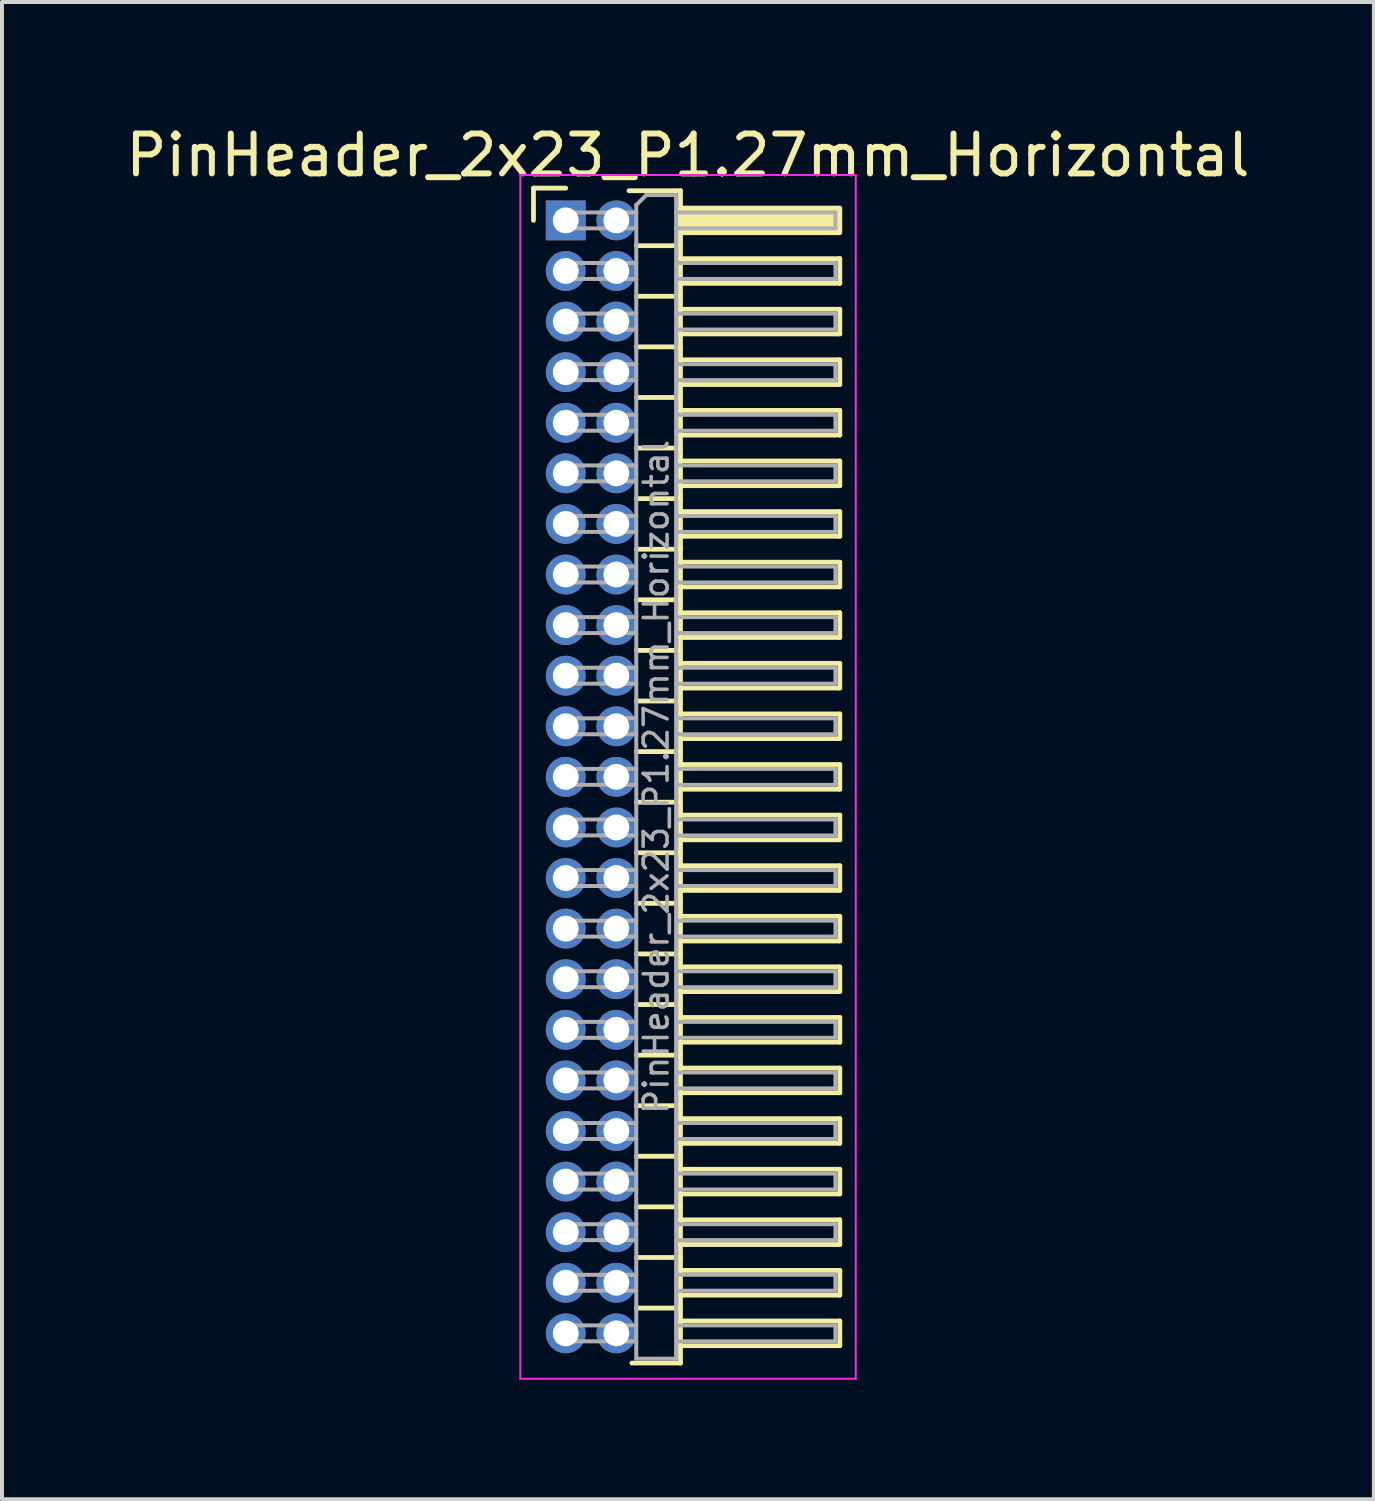
<source format=kicad_pcb>
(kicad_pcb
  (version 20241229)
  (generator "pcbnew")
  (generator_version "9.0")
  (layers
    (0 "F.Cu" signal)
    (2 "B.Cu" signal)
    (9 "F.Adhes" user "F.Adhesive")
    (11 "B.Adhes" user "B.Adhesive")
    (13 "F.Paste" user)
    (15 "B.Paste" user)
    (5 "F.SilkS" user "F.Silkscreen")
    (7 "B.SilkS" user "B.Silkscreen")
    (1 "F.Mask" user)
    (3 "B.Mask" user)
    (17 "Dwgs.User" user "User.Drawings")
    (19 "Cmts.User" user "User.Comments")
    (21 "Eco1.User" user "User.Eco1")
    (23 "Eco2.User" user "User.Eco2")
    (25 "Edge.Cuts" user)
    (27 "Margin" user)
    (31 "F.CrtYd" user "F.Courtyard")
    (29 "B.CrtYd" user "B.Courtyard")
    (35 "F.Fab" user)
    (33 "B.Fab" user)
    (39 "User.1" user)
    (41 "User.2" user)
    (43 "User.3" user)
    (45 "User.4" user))
  (footprint "PinHeader_2x23_P1.27mm_Horizontal"
    (layer "F.Cu")
    (at 11.153 2.483)
    (property "Reference" "PinHeader_2x23_P1.27mm_Horizontal" (at 3.067 -1.635 0) (layer "F.SilkS") (effects (font (size 1 1) (thickness 0.15))))
    (attr through_hole)
    (fp_line (start -0.81 -0.81) (end 0 -0.81) (stroke (width 0.12) (type solid)) (layer "F.SilkS"))
    (fp_line (start -0.81 0) (end -0.81 -0.81) (stroke (width 0.12) (type solid)) (layer "F.SilkS"))
    (fp_line (start 1.588 -0.745) (end 2.88 -0.745) (stroke (width 0.12) (type solid)) (layer "F.SilkS"))
    (fp_line (start 1.773 0.635) (end 2.88 0.635) (stroke (width 0.12) (type solid)) (layer "F.SilkS"))
    (fp_line (start 1.773 1.905) (end 2.88 1.905) (stroke (width 0.12) (type solid)) (layer "F.SilkS"))
    (fp_line (start 1.773 3.175) (end 2.88 3.175) (stroke (width 0.12) (type solid)) (layer "F.SilkS"))
    (fp_line (start 1.773 4.445) (end 2.88 4.445) (stroke (width 0.12) (type solid)) (layer "F.SilkS"))
    (fp_line (start 1.773 5.715) (end 2.88 5.715) (stroke (width 0.12) (type solid)) (layer "F.SilkS"))
    (fp_line (start 1.773 6.985) (end 2.88 6.985) (stroke (width 0.12) (type solid)) (layer "F.SilkS"))
    (fp_line (start 1.773 8.255) (end 2.88 8.255) (stroke (width 0.12) (type solid)) (layer "F.SilkS"))
    (fp_line (start 1.773 9.525) (end 2.88 9.525) (stroke (width 0.12) (type solid)) (layer "F.SilkS"))
    (fp_line (start 1.773 10.795) (end 2.88 10.795) (stroke (width 0.12) (type solid)) (layer "F.SilkS"))
    (fp_line (start 1.773 12.065) (end 2.88 12.065) (stroke (width 0.12) (type solid)) (layer "F.SilkS"))
    (fp_line (start 1.773 13.335) (end 2.88 13.335) (stroke (width 0.12) (type solid)) (layer "F.SilkS"))
    (fp_line (start 1.773 14.605) (end 2.88 14.605) (stroke (width 0.12) (type solid)) (layer "F.SilkS"))
    (fp_line (start 1.773 15.875) (end 2.88 15.875) (stroke (width 0.12) (type solid)) (layer "F.SilkS"))
    (fp_line (start 1.773 17.145) (end 2.88 17.145) (stroke (width 0.12) (type solid)) (layer "F.SilkS"))
    (fp_line (start 1.773 18.415) (end 2.88 18.415) (stroke (width 0.12) (type solid)) (layer "F.SilkS"))
    (fp_line (start 1.773 19.685) (end 2.88 19.685) (stroke (width 0.12) (type solid)) (layer "F.SilkS"))
    (fp_line (start 1.773 20.955) (end 2.88 20.955) (stroke (width 0.12) (type solid)) (layer "F.SilkS"))
    (fp_line (start 1.773 22.225) (end 2.88 22.225) (stroke (width 0.12) (type solid)) (layer "F.SilkS"))
    (fp_line (start 1.773 23.495) (end 2.88 23.495) (stroke (width 0.12) (type solid)) (layer "F.SilkS"))
    (fp_line (start 1.773 24.765) (end 2.88 24.765) (stroke (width 0.12) (type solid)) (layer "F.SilkS"))
    (fp_line (start 1.773 26.035) (end 2.88 26.035) (stroke (width 0.12) (type solid)) (layer "F.SilkS"))
    (fp_line (start 1.773 27.305) (end 2.88 27.305) (stroke (width 0.12) (type solid)) (layer "F.SilkS"))
    (fp_line (start 2.88 -0.745) (end 2.88 28.685) (stroke (width 0.12) (type solid)) (layer "F.SilkS"))
    (fp_line (start 2.88 0.96) (end 6.88 0.96) (stroke (width 0.12) (type solid)) (layer "F.SilkS"))
    (fp_line (start 2.88 2.23) (end 6.88 2.23) (stroke (width 0.12) (type solid)) (layer "F.SilkS"))
    (fp_line (start 2.88 3.5) (end 6.88 3.5) (stroke (width 0.12) (type solid)) (layer "F.SilkS"))
    (fp_line (start 2.88 4.77) (end 6.88 4.77) (stroke (width 0.12) (type solid)) (layer "F.SilkS"))
    (fp_line (start 2.88 6.04) (end 6.88 6.04) (stroke (width 0.12) (type solid)) (layer "F.SilkS"))
    (fp_line (start 2.88 7.31) (end 6.88 7.31) (stroke (width 0.12) (type solid)) (layer "F.SilkS"))
    (fp_line (start 2.88 8.58) (end 6.88 8.58) (stroke (width 0.12) (type solid)) (layer "F.SilkS"))
    (fp_line (start 2.88 9.85) (end 6.88 9.85) (stroke (width 0.12) (type solid)) (layer "F.SilkS"))
    (fp_line (start 2.88 11.12) (end 6.88 11.12) (stroke (width 0.12) (type solid)) (layer "F.SilkS"))
    (fp_line (start 2.88 12.39) (end 6.88 12.39) (stroke (width 0.12) (type solid)) (layer "F.SilkS"))
    (fp_line (start 2.88 13.66) (end 6.88 13.66) (stroke (width 0.12) (type solid)) (layer "F.SilkS"))
    (fp_line (start 2.88 14.93) (end 6.88 14.93) (stroke (width 0.12) (type solid)) (layer "F.SilkS"))
    (fp_line (start 2.88 16.2) (end 6.88 16.2) (stroke (width 0.12) (type solid)) (layer "F.SilkS"))
    (fp_line (start 2.88 17.47) (end 6.88 17.47) (stroke (width 0.12) (type solid)) (layer "F.SilkS"))
    (fp_line (start 2.88 18.74) (end 6.88 18.74) (stroke (width 0.12) (type solid)) (layer "F.SilkS"))
    (fp_line (start 2.88 20.01) (end 6.88 20.01) (stroke (width 0.12) (type solid)) (layer "F.SilkS"))
    (fp_line (start 2.88 21.28) (end 6.88 21.28) (stroke (width 0.12) (type solid)) (layer "F.SilkS"))
    (fp_line (start 2.88 22.55) (end 6.88 22.55) (stroke (width 0.12) (type solid)) (layer "F.SilkS"))
    (fp_line (start 2.88 23.82) (end 6.88 23.82) (stroke (width 0.12) (type solid)) (layer "F.SilkS"))
    (fp_line (start 2.88 25.09) (end 6.88 25.09) (stroke (width 0.12) (type solid)) (layer "F.SilkS"))
    (fp_line (start 2.88 26.36) (end 6.88 26.36) (stroke (width 0.12) (type solid)) (layer "F.SilkS"))
    (fp_line (start 2.88 27.63) (end 6.88 27.63) (stroke (width 0.12) (type solid)) (layer "F.SilkS"))
    (fp_line (start 2.88 28.685) (end 1.66 28.685) (stroke (width 0.12) (type solid)) (layer "F.SilkS"))
    (fp_line (start 6.88 0.96) (end 6.88 1.58) (stroke (width 0.12) (type solid)) (layer "F.SilkS"))
    (fp_line (start 6.88 1.58) (end 2.88 1.58) (stroke (width 0.12) (type solid)) (layer "F.SilkS"))
    (fp_line (start 6.88 2.23) (end 6.88 2.85) (stroke (width 0.12) (type solid)) (layer "F.SilkS"))
    (fp_line (start 6.88 2.85) (end 2.88 2.85) (stroke (width 0.12) (type solid)) (layer "F.SilkS"))
    (fp_line (start 6.88 3.5) (end 6.88 4.12) (stroke (width 0.12) (type solid)) (layer "F.SilkS"))
    (fp_line (start 6.88 4.12) (end 2.88 4.12) (stroke (width 0.12) (type solid)) (layer "F.SilkS"))
    (fp_line (start 6.88 4.77) (end 6.88 5.39) (stroke (width 0.12) (type solid)) (layer "F.SilkS"))
    (fp_line (start 6.88 5.39) (end 2.88 5.39) (stroke (width 0.12) (type solid)) (layer "F.SilkS"))
    (fp_line (start 6.88 6.04) (end 6.88 6.66) (stroke (width 0.12) (type solid)) (layer "F.SilkS"))
    (fp_line (start 6.88 6.66) (end 2.88 6.66) (stroke (width 0.12) (type solid)) (layer "F.SilkS"))
    (fp_line (start 6.88 7.31) (end 6.88 7.93) (stroke (width 0.12) (type solid)) (layer "F.SilkS"))
    (fp_line (start 6.88 7.93) (end 2.88 7.93) (stroke (width 0.12) (type solid)) (layer "F.SilkS"))
    (fp_line (start 6.88 8.58) (end 6.88 9.2) (stroke (width 0.12) (type solid)) (layer "F.SilkS"))
    (fp_line (start 6.88 9.2) (end 2.88 9.2) (stroke (width 0.12) (type solid)) (layer "F.SilkS"))
    (fp_line (start 6.88 9.85) (end 6.88 10.47) (stroke (width 0.12) (type solid)) (layer "F.SilkS"))
    (fp_line (start 6.88 10.47) (end 2.88 10.47) (stroke (width 0.12) (type solid)) (layer "F.SilkS"))
    (fp_line (start 6.88 11.12) (end 6.88 11.74) (stroke (width 0.12) (type solid)) (layer "F.SilkS"))
    (fp_line (start 6.88 11.74) (end 2.88 11.74) (stroke (width 0.12) (type solid)) (layer "F.SilkS"))
    (fp_line (start 6.88 12.39) (end 6.88 13.01) (stroke (width 0.12) (type solid)) (layer "F.SilkS"))
    (fp_line (start 6.88 13.01) (end 2.88 13.01) (stroke (width 0.12) (type solid)) (layer "F.SilkS"))
    (fp_line (start 6.88 13.66) (end 6.88 14.28) (stroke (width 0.12) (type solid)) (layer "F.SilkS"))
    (fp_line (start 6.88 14.28) (end 2.88 14.28) (stroke (width 0.12) (type solid)) (layer "F.SilkS"))
    (fp_line (start 6.88 14.93) (end 6.88 15.55) (stroke (width 0.12) (type solid)) (layer "F.SilkS"))
    (fp_line (start 6.88 15.55) (end 2.88 15.55) (stroke (width 0.12) (type solid)) (layer "F.SilkS"))
    (fp_line (start 6.88 16.2) (end 6.88 16.82) (stroke (width 0.12) (type solid)) (layer "F.SilkS"))
    (fp_line (start 6.88 16.82) (end 2.88 16.82) (stroke (width 0.12) (type solid)) (layer "F.SilkS"))
    (fp_line (start 6.88 17.47) (end 6.88 18.09) (stroke (width 0.12) (type solid)) (layer "F.SilkS"))
    (fp_line (start 6.88 18.09) (end 2.88 18.09) (stroke (width 0.12) (type solid)) (layer "F.SilkS"))
    (fp_line (start 6.88 18.74) (end 6.88 19.36) (stroke (width 0.12) (type solid)) (layer "F.SilkS"))
    (fp_line (start 6.88 19.36) (end 2.88 19.36) (stroke (width 0.12) (type solid)) (layer "F.SilkS"))
    (fp_line (start 6.88 20.01) (end 6.88 20.63) (stroke (width 0.12) (type solid)) (layer "F.SilkS"))
    (fp_line (start 6.88 20.63) (end 2.88 20.63) (stroke (width 0.12) (type solid)) (layer "F.SilkS"))
    (fp_line (start 6.88 21.28) (end 6.88 21.9) (stroke (width 0.12) (type solid)) (layer "F.SilkS"))
    (fp_line (start 6.88 21.9) (end 2.88 21.9) (stroke (width 0.12) (type solid)) (layer "F.SilkS"))
    (fp_line (start 6.88 22.55) (end 6.88 23.17) (stroke (width 0.12) (type solid)) (layer "F.SilkS"))
    (fp_line (start 6.88 23.17) (end 2.88 23.17) (stroke (width 0.12) (type solid)) (layer "F.SilkS"))
    (fp_line (start 6.88 23.82) (end 6.88 24.44) (stroke (width 0.12) (type solid)) (layer "F.SilkS"))
    (fp_line (start 6.88 24.44) (end 2.88 24.44) (stroke (width 0.12) (type solid)) (layer "F.SilkS"))
    (fp_line (start 6.88 25.09) (end 6.88 25.71) (stroke (width 0.12) (type solid)) (layer "F.SilkS"))
    (fp_line (start 6.88 25.71) (end 2.88 25.71) (stroke (width 0.12) (type solid)) (layer "F.SilkS"))
    (fp_line (start 6.88 26.36) (end 6.88 26.98) (stroke (width 0.12) (type solid)) (layer "F.SilkS"))
    (fp_line (start 6.88 26.98) (end 2.88 26.98) (stroke (width 0.12) (type solid)) (layer "F.SilkS"))
    (fp_line (start 6.88 27.63) (end 6.88 28.25) (stroke (width 0.12) (type solid)) (layer "F.SilkS"))
    (fp_line (start 6.88 28.25) (end 2.88 28.25) (stroke (width 0.12) (type solid)) (layer "F.SilkS"))
    (fp_rect (start 2.88 -0.31) (end 6.88 0.31) (stroke (width 0.12) (type solid)) (fill yes) (layer "F.SilkS"))
    (fp_line (start -1.14 -1.14) (end -1.14 29.08) (stroke (width 0.05) (type solid)) (layer "F.CrtYd"))
    (fp_line (start -1.14 29.08) (end 7.28 29.08) (stroke (width 0.05) (type solid)) (layer "F.CrtYd"))
    (fp_line (start 7.28 -1.14) (end -1.14 -1.14) (stroke (width 0.05) (type solid)) (layer "F.CrtYd"))
    (fp_line (start 7.28 29.08) (end 7.28 -1.14) (stroke (width 0.05) (type solid)) (layer "F.CrtYd"))
    (fp_line (start -0.2 -0.2) (end -0.2 0.2) (stroke (width 0.1) (type solid)) (layer "F.Fab"))
    (fp_line (start -0.2 -0.2) (end 1.77 -0.2) (stroke (width 0.1) (type solid)) (layer "F.Fab"))
    (fp_line (start -0.2 0.2) (end 1.77 0.2) (stroke (width 0.1) (type solid)) (layer "F.Fab"))
    (fp_line (start -0.2 1.07) (end -0.2 1.47) (stroke (width 0.1) (type solid)) (layer "F.Fab"))
    (fp_line (start -0.2 1.07) (end 1.77 1.07) (stroke (width 0.1) (type solid)) (layer "F.Fab"))
    (fp_line (start -0.2 1.47) (end 1.77 1.47) (stroke (width 0.1) (type solid)) (layer "F.Fab"))
    (fp_line (start -0.2 2.34) (end -0.2 2.74) (stroke (width 0.1) (type solid)) (layer "F.Fab"))
    (fp_line (start -0.2 2.34) (end 1.77 2.34) (stroke (width 0.1) (type solid)) (layer "F.Fab"))
    (fp_line (start -0.2 2.74) (end 1.77 2.74) (stroke (width 0.1) (type solid)) (layer "F.Fab"))
    (fp_line (start -0.2 3.61) (end -0.2 4.01) (stroke (width 0.1) (type solid)) (layer "F.Fab"))
    (fp_line (start -0.2 3.61) (end 1.77 3.61) (stroke (width 0.1) (type solid)) (layer "F.Fab"))
    (fp_line (start -0.2 4.01) (end 1.77 4.01) (stroke (width 0.1) (type solid)) (layer "F.Fab"))
    (fp_line (start -0.2 4.88) (end -0.2 5.28) (stroke (width 0.1) (type solid)) (layer "F.Fab"))
    (fp_line (start -0.2 4.88) (end 1.77 4.88) (stroke (width 0.1) (type solid)) (layer "F.Fab"))
    (fp_line (start -0.2 5.28) (end 1.77 5.28) (stroke (width 0.1) (type solid)) (layer "F.Fab"))
    (fp_line (start -0.2 6.15) (end -0.2 6.55) (stroke (width 0.1) (type solid)) (layer "F.Fab"))
    (fp_line (start -0.2 6.15) (end 1.77 6.15) (stroke (width 0.1) (type solid)) (layer "F.Fab"))
    (fp_line (start -0.2 6.55) (end 1.77 6.55) (stroke (width 0.1) (type solid)) (layer "F.Fab"))
    (fp_line (start -0.2 7.42) (end -0.2 7.82) (stroke (width 0.1) (type solid)) (layer "F.Fab"))
    (fp_line (start -0.2 7.42) (end 1.77 7.42) (stroke (width 0.1) (type solid)) (layer "F.Fab"))
    (fp_line (start -0.2 7.82) (end 1.77 7.82) (stroke (width 0.1) (type solid)) (layer "F.Fab"))
    (fp_line (start -0.2 8.69) (end -0.2 9.09) (stroke (width 0.1) (type solid)) (layer "F.Fab"))
    (fp_line (start -0.2 8.69) (end 1.77 8.69) (stroke (width 0.1) (type solid)) (layer "F.Fab"))
    (fp_line (start -0.2 9.09) (end 1.77 9.09) (stroke (width 0.1) (type solid)) (layer "F.Fab"))
    (fp_line (start -0.2 9.96) (end -0.2 10.36) (stroke (width 0.1) (type solid)) (layer "F.Fab"))
    (fp_line (start -0.2 9.96) (end 1.77 9.96) (stroke (width 0.1) (type solid)) (layer "F.Fab"))
    (fp_line (start -0.2 10.36) (end 1.77 10.36) (stroke (width 0.1) (type solid)) (layer "F.Fab"))
    (fp_line (start -0.2 11.23) (end -0.2 11.63) (stroke (width 0.1) (type solid)) (layer "F.Fab"))
    (fp_line (start -0.2 11.23) (end 1.77 11.23) (stroke (width 0.1) (type solid)) (layer "F.Fab"))
    (fp_line (start -0.2 11.63) (end 1.77 11.63) (stroke (width 0.1) (type solid)) (layer "F.Fab"))
    (fp_line (start -0.2 12.5) (end -0.2 12.9) (stroke (width 0.1) (type solid)) (layer "F.Fab"))
    (fp_line (start -0.2 12.5) (end 1.77 12.5) (stroke (width 0.1) (type solid)) (layer "F.Fab"))
    (fp_line (start -0.2 12.9) (end 1.77 12.9) (stroke (width 0.1) (type solid)) (layer "F.Fab"))
    (fp_line (start -0.2 13.77) (end -0.2 14.17) (stroke (width 0.1) (type solid)) (layer "F.Fab"))
    (fp_line (start -0.2 13.77) (end 1.77 13.77) (stroke (width 0.1) (type solid)) (layer "F.Fab"))
    (fp_line (start -0.2 14.17) (end 1.77 14.17) (stroke (width 0.1) (type solid)) (layer "F.Fab"))
    (fp_line (start -0.2 15.04) (end -0.2 15.44) (stroke (width 0.1) (type solid)) (layer "F.Fab"))
    (fp_line (start -0.2 15.04) (end 1.77 15.04) (stroke (width 0.1) (type solid)) (layer "F.Fab"))
    (fp_line (start -0.2 15.44) (end 1.77 15.44) (stroke (width 0.1) (type solid)) (layer "F.Fab"))
    (fp_line (start -0.2 16.31) (end -0.2 16.71) (stroke (width 0.1) (type solid)) (layer "F.Fab"))
    (fp_line (start -0.2 16.31) (end 1.77 16.31) (stroke (width 0.1) (type solid)) (layer "F.Fab"))
    (fp_line (start -0.2 16.71) (end 1.77 16.71) (stroke (width 0.1) (type solid)) (layer "F.Fab"))
    (fp_line (start -0.2 17.58) (end -0.2 17.98) (stroke (width 0.1) (type solid)) (layer "F.Fab"))
    (fp_line (start -0.2 17.58) (end 1.77 17.58) (stroke (width 0.1) (type solid)) (layer "F.Fab"))
    (fp_line (start -0.2 17.98) (end 1.77 17.98) (stroke (width 0.1) (type solid)) (layer "F.Fab"))
    (fp_line (start -0.2 18.85) (end -0.2 19.25) (stroke (width 0.1) (type solid)) (layer "F.Fab"))
    (fp_line (start -0.2 18.85) (end 1.77 18.85) (stroke (width 0.1) (type solid)) (layer "F.Fab"))
    (fp_line (start -0.2 19.25) (end 1.77 19.25) (stroke (width 0.1) (type solid)) (layer "F.Fab"))
    (fp_line (start -0.2 20.12) (end -0.2 20.52) (stroke (width 0.1) (type solid)) (layer "F.Fab"))
    (fp_line (start -0.2 20.12) (end 1.77 20.12) (stroke (width 0.1) (type solid)) (layer "F.Fab"))
    (fp_line (start -0.2 20.52) (end 1.77 20.52) (stroke (width 0.1) (type solid)) (layer "F.Fab"))
    (fp_line (start -0.2 21.39) (end -0.2 21.79) (stroke (width 0.1) (type solid)) (layer "F.Fab"))
    (fp_line (start -0.2 21.39) (end 1.77 21.39) (stroke (width 0.1) (type solid)) (layer "F.Fab"))
    (fp_line (start -0.2 21.79) (end 1.77 21.79) (stroke (width 0.1) (type solid)) (layer "F.Fab"))
    (fp_line (start -0.2 22.66) (end -0.2 23.06) (stroke (width 0.1) (type solid)) (layer "F.Fab"))
    (fp_line (start -0.2 22.66) (end 1.77 22.66) (stroke (width 0.1) (type solid)) (layer "F.Fab"))
    (fp_line (start -0.2 23.06) (end 1.77 23.06) (stroke (width 0.1) (type solid)) (layer "F.Fab"))
    (fp_line (start -0.2 23.93) (end -0.2 24.33) (stroke (width 0.1) (type solid)) (layer "F.Fab"))
    (fp_line (start -0.2 23.93) (end 1.77 23.93) (stroke (width 0.1) (type solid)) (layer "F.Fab"))
    (fp_line (start -0.2 24.33) (end 1.77 24.33) (stroke (width 0.1) (type solid)) (layer "F.Fab"))
    (fp_line (start -0.2 25.2) (end -0.2 25.6) (stroke (width 0.1) (type solid)) (layer "F.Fab"))
    (fp_line (start -0.2 25.2) (end 1.77 25.2) (stroke (width 0.1) (type solid)) (layer "F.Fab"))
    (fp_line (start -0.2 25.6) (end 1.77 25.6) (stroke (width 0.1) (type solid)) (layer "F.Fab"))
    (fp_line (start -0.2 26.47) (end -0.2 26.87) (stroke (width 0.1) (type solid)) (layer "F.Fab"))
    (fp_line (start -0.2 26.47) (end 1.77 26.47) (stroke (width 0.1) (type solid)) (layer "F.Fab"))
    (fp_line (start -0.2 26.87) (end 1.77 26.87) (stroke (width 0.1) (type solid)) (layer "F.Fab"))
    (fp_line (start -0.2 27.74) (end -0.2 28.14) (stroke (width 0.1) (type solid)) (layer "F.Fab"))
    (fp_line (start -0.2 27.74) (end 1.77 27.74) (stroke (width 0.1) (type solid)) (layer "F.Fab"))
    (fp_line (start -0.2 28.14) (end 1.77 28.14) (stroke (width 0.1) (type solid)) (layer "F.Fab"))
    (fp_line (start 1.77 -0.385) (end 2.02 -0.635) (stroke (width 0.1) (type solid)) (layer "F.Fab"))
    (fp_line (start 1.77 28.575) (end 1.77 -0.385) (stroke (width 0.1) (type solid)) (layer "F.Fab"))
    (fp_line (start 2.02 -0.635) (end 2.77 -0.635) (stroke (width 0.1) (type solid)) (layer "F.Fab"))
    (fp_line (start 2.77 -0.635) (end 2.77 28.575) (stroke (width 0.1) (type solid)) (layer "F.Fab"))
    (fp_line (start 2.77 -0.2) (end 6.77 -0.2) (stroke (width 0.1) (type solid)) (layer "F.Fab"))
    (fp_line (start 2.77 0.2) (end 6.77 0.2) (stroke (width 0.1) (type solid)) (layer "F.Fab"))
    (fp_line (start 2.77 1.07) (end 6.77 1.07) (stroke (width 0.1) (type solid)) (layer "F.Fab"))
    (fp_line (start 2.77 1.47) (end 6.77 1.47) (stroke (width 0.1) (type solid)) (layer "F.Fab"))
    (fp_line (start 2.77 2.34) (end 6.77 2.34) (stroke (width 0.1) (type solid)) (layer "F.Fab"))
    (fp_line (start 2.77 2.74) (end 6.77 2.74) (stroke (width 0.1) (type solid)) (layer "F.Fab"))
    (fp_line (start 2.77 3.61) (end 6.77 3.61) (stroke (width 0.1) (type solid)) (layer "F.Fab"))
    (fp_line (start 2.77 4.01) (end 6.77 4.01) (stroke (width 0.1) (type solid)) (layer "F.Fab"))
    (fp_line (start 2.77 4.88) (end 6.77 4.88) (stroke (width 0.1) (type solid)) (layer "F.Fab"))
    (fp_line (start 2.77 5.28) (end 6.77 5.28) (stroke (width 0.1) (type solid)) (layer "F.Fab"))
    (fp_line (start 2.77 6.15) (end 6.77 6.15) (stroke (width 0.1) (type solid)) (layer "F.Fab"))
    (fp_line (start 2.77 6.55) (end 6.77 6.55) (stroke (width 0.1) (type solid)) (layer "F.Fab"))
    (fp_line (start 2.77 7.42) (end 6.77 7.42) (stroke (width 0.1) (type solid)) (layer "F.Fab"))
    (fp_line (start 2.77 7.82) (end 6.77 7.82) (stroke (width 0.1) (type solid)) (layer "F.Fab"))
    (fp_line (start 2.77 8.69) (end 6.77 8.69) (stroke (width 0.1) (type solid)) (layer "F.Fab"))
    (fp_line (start 2.77 9.09) (end 6.77 9.09) (stroke (width 0.1) (type solid)) (layer "F.Fab"))
    (fp_line (start 2.77 9.96) (end 6.77 9.96) (stroke (width 0.1) (type solid)) (layer "F.Fab"))
    (fp_line (start 2.77 10.36) (end 6.77 10.36) (stroke (width 0.1) (type solid)) (layer "F.Fab"))
    (fp_line (start 2.77 11.23) (end 6.77 11.23) (stroke (width 0.1) (type solid)) (layer "F.Fab"))
    (fp_line (start 2.77 11.63) (end 6.77 11.63) (stroke (width 0.1) (type solid)) (layer "F.Fab"))
    (fp_line (start 2.77 12.5) (end 6.77 12.5) (stroke (width 0.1) (type solid)) (layer "F.Fab"))
    (fp_line (start 2.77 12.9) (end 6.77 12.9) (stroke (width 0.1) (type solid)) (layer "F.Fab"))
    (fp_line (start 2.77 13.77) (end 6.77 13.77) (stroke (width 0.1) (type solid)) (layer "F.Fab"))
    (fp_line (start 2.77 14.17) (end 6.77 14.17) (stroke (width 0.1) (type solid)) (layer "F.Fab"))
    (fp_line (start 2.77 15.04) (end 6.77 15.04) (stroke (width 0.1) (type solid)) (layer "F.Fab"))
    (fp_line (start 2.77 15.44) (end 6.77 15.44) (stroke (width 0.1) (type solid)) (layer "F.Fab"))
    (fp_line (start 2.77 16.31) (end 6.77 16.31) (stroke (width 0.1) (type solid)) (layer "F.Fab"))
    (fp_line (start 2.77 16.71) (end 6.77 16.71) (stroke (width 0.1) (type solid)) (layer "F.Fab"))
    (fp_line (start 2.77 17.58) (end 6.77 17.58) (stroke (width 0.1) (type solid)) (layer "F.Fab"))
    (fp_line (start 2.77 17.98) (end 6.77 17.98) (stroke (width 0.1) (type solid)) (layer "F.Fab"))
    (fp_line (start 2.77 18.85) (end 6.77 18.85) (stroke (width 0.1) (type solid)) (layer "F.Fab"))
    (fp_line (start 2.77 19.25) (end 6.77 19.25) (stroke (width 0.1) (type solid)) (layer "F.Fab"))
    (fp_line (start 2.77 20.12) (end 6.77 20.12) (stroke (width 0.1) (type solid)) (layer "F.Fab"))
    (fp_line (start 2.77 20.52) (end 6.77 20.52) (stroke (width 0.1) (type solid)) (layer "F.Fab"))
    (fp_line (start 2.77 21.39) (end 6.77 21.39) (stroke (width 0.1) (type solid)) (layer "F.Fab"))
    (fp_line (start 2.77 21.79) (end 6.77 21.79) (stroke (width 0.1) (type solid)) (layer "F.Fab"))
    (fp_line (start 2.77 22.66) (end 6.77 22.66) (stroke (width 0.1) (type solid)) (layer "F.Fab"))
    (fp_line (start 2.77 23.06) (end 6.77 23.06) (stroke (width 0.1) (type solid)) (layer "F.Fab"))
    (fp_line (start 2.77 23.93) (end 6.77 23.93) (stroke (width 0.1) (type solid)) (layer "F.Fab"))
    (fp_line (start 2.77 24.33) (end 6.77 24.33) (stroke (width 0.1) (type solid)) (layer "F.Fab"))
    (fp_line (start 2.77 25.2) (end 6.77 25.2) (stroke (width 0.1) (type solid)) (layer "F.Fab"))
    (fp_line (start 2.77 25.6) (end 6.77 25.6) (stroke (width 0.1) (type solid)) (layer "F.Fab"))
    (fp_line (start 2.77 26.47) (end 6.77 26.47) (stroke (width 0.1) (type solid)) (layer "F.Fab"))
    (fp_line (start 2.77 26.87) (end 6.77 26.87) (stroke (width 0.1) (type solid)) (layer "F.Fab"))
    (fp_line (start 2.77 27.74) (end 6.77 27.74) (stroke (width 0.1) (type solid)) (layer "F.Fab"))
    (fp_line (start 2.77 28.14) (end 6.77 28.14) (stroke (width 0.1) (type solid)) (layer "F.Fab"))
    (fp_line (start 2.77 28.575) (end 1.77 28.575) (stroke (width 0.1) (type solid)) (layer "F.Fab"))
    (fp_line (start 6.77 -0.2) (end 6.77 0.2) (stroke (width 0.1) (type solid)) (layer "F.Fab"))
    (fp_line (start 6.77 1.07) (end 6.77 1.47) (stroke (width 0.1) (type solid)) (layer "F.Fab"))
    (fp_line (start 6.77 2.34) (end 6.77 2.74) (stroke (width 0.1) (type solid)) (layer "F.Fab"))
    (fp_line (start 6.77 3.61) (end 6.77 4.01) (stroke (width 0.1) (type solid)) (layer "F.Fab"))
    (fp_line (start 6.77 4.88) (end 6.77 5.28) (stroke (width 0.1) (type solid)) (layer "F.Fab"))
    (fp_line (start 6.77 6.15) (end 6.77 6.55) (stroke (width 0.1) (type solid)) (layer "F.Fab"))
    (fp_line (start 6.77 7.42) (end 6.77 7.82) (stroke (width 0.1) (type solid)) (layer "F.Fab"))
    (fp_line (start 6.77 8.69) (end 6.77 9.09) (stroke (width 0.1) (type solid)) (layer "F.Fab"))
    (fp_line (start 6.77 9.96) (end 6.77 10.36) (stroke (width 0.1) (type solid)) (layer "F.Fab"))
    (fp_line (start 6.77 11.23) (end 6.77 11.63) (stroke (width 0.1) (type solid)) (layer "F.Fab"))
    (fp_line (start 6.77 12.5) (end 6.77 12.9) (stroke (width 0.1) (type solid)) (layer "F.Fab"))
    (fp_line (start 6.77 13.77) (end 6.77 14.17) (stroke (width 0.1) (type solid)) (layer "F.Fab"))
    (fp_line (start 6.77 15.04) (end 6.77 15.44) (stroke (width 0.1) (type solid)) (layer "F.Fab"))
    (fp_line (start 6.77 16.31) (end 6.77 16.71) (stroke (width 0.1) (type solid)) (layer "F.Fab"))
    (fp_line (start 6.77 17.58) (end 6.77 17.98) (stroke (width 0.1) (type solid)) (layer "F.Fab"))
    (fp_line (start 6.77 18.85) (end 6.77 19.25) (stroke (width 0.1) (type solid)) (layer "F.Fab"))
    (fp_line (start 6.77 20.12) (end 6.77 20.52) (stroke (width 0.1) (type solid)) (layer "F.Fab"))
    (fp_line (start 6.77 21.39) (end 6.77 21.79) (stroke (width 0.1) (type solid)) (layer "F.Fab"))
    (fp_line (start 6.77 22.66) (end 6.77 23.06) (stroke (width 0.1) (type solid)) (layer "F.Fab"))
    (fp_line (start 6.77 23.93) (end 6.77 24.33) (stroke (width 0.1) (type solid)) (layer "F.Fab"))
    (fp_line (start 6.77 25.2) (end 6.77 25.6) (stroke (width 0.1) (type solid)) (layer "F.Fab"))
    (fp_line (start 6.77 26.47) (end 6.77 26.87) (stroke (width 0.1) (type solid)) (layer "F.Fab"))
    (fp_line (start 6.77 27.74) (end 6.77 28.14) (stroke (width 0.1) (type solid)) (layer "F.Fab"))
    (fp_text user "${REFERENCE}" (at 2.27 13.97 90) (layer "F.Fab") (effects (font (size 0.6 0.6) (thickness 0.09))))
    (pad "1" thru_hole rect (at 0 0) (size 1 1) (drill 0.65) (layers "*.Cu" "*.Mask"))
    (pad "2" thru_hole circle (at 1.27 0) (size 1 1) (drill 0.65) (layers "*.Cu" "*.Mask"))
    (pad "3" thru_hole circle (at 0 1.27) (size 1 1) (drill 0.65) (layers "*.Cu" "*.Mask"))
    (pad "4" thru_hole circle (at 1.27 1.27) (size 1 1) (drill 0.65) (layers "*.Cu" "*.Mask"))
    (pad "5" thru_hole circle (at 0 2.54) (size 1 1) (drill 0.65) (layers "*.Cu" "*.Mask"))
    (pad "6" thru_hole circle (at 1.27 2.54) (size 1 1) (drill 0.65) (layers "*.Cu" "*.Mask"))
    (pad "7" thru_hole circle (at 0 3.81) (size 1 1) (drill 0.65) (layers "*.Cu" "*.Mask"))
    (pad "8" thru_hole circle (at 1.27 3.81) (size 1 1) (drill 0.65) (layers "*.Cu" "*.Mask"))
    (pad "9" thru_hole circle (at 0 5.08) (size 1 1) (drill 0.65) (layers "*.Cu" "*.Mask"))
    (pad "10" thru_hole circle (at 1.27 5.08) (size 1 1) (drill 0.65) (layers "*.Cu" "*.Mask"))
    (pad "11" thru_hole circle (at 0 6.35) (size 1 1) (drill 0.65) (layers "*.Cu" "*.Mask"))
    (pad "12" thru_hole circle (at 1.27 6.35) (size 1 1) (drill 0.65) (layers "*.Cu" "*.Mask"))
    (pad "13" thru_hole circle (at 0 7.62) (size 1 1) (drill 0.65) (layers "*.Cu" "*.Mask"))
    (pad "14" thru_hole circle (at 1.27 7.62) (size 1 1) (drill 0.65) (layers "*.Cu" "*.Mask"))
    (pad "15" thru_hole circle (at 0 8.89) (size 1 1) (drill 0.65) (layers "*.Cu" "*.Mask"))
    (pad "16" thru_hole circle (at 1.27 8.89) (size 1 1) (drill 0.65) (layers "*.Cu" "*.Mask"))
    (pad "17" thru_hole circle (at 0 10.16) (size 1 1) (drill 0.65) (layers "*.Cu" "*.Mask"))
    (pad "18" thru_hole circle (at 1.27 10.16) (size 1 1) (drill 0.65) (layers "*.Cu" "*.Mask"))
    (pad "19" thru_hole circle (at 0 11.43) (size 1 1) (drill 0.65) (layers "*.Cu" "*.Mask"))
    (pad "20" thru_hole circle (at 1.27 11.43) (size 1 1) (drill 0.65) (layers "*.Cu" "*.Mask"))
    (pad "21" thru_hole circle (at 0 12.7) (size 1 1) (drill 0.65) (layers "*.Cu" "*.Mask"))
    (pad "22" thru_hole circle (at 1.27 12.7) (size 1 1) (drill 0.65) (layers "*.Cu" "*.Mask"))
    (pad "23" thru_hole circle (at 0 13.97) (size 1 1) (drill 0.65) (layers "*.Cu" "*.Mask"))
    (pad "24" thru_hole circle (at 1.27 13.97) (size 1 1) (drill 0.65) (layers "*.Cu" "*.Mask"))
    (pad "25" thru_hole circle (at 0 15.24) (size 1 1) (drill 0.65) (layers "*.Cu" "*.Mask"))
    (pad "26" thru_hole circle (at 1.27 15.24) (size 1 1) (drill 0.65) (layers "*.Cu" "*.Mask"))
    (pad "27" thru_hole circle (at 0 16.51) (size 1 1) (drill 0.65) (layers "*.Cu" "*.Mask"))
    (pad "28" thru_hole circle (at 1.27 16.51) (size 1 1) (drill 0.65) (layers "*.Cu" "*.Mask"))
    (pad "29" thru_hole circle (at 0 17.78) (size 1 1) (drill 0.65) (layers "*.Cu" "*.Mask"))
    (pad "30" thru_hole circle (at 1.27 17.78) (size 1 1) (drill 0.65) (layers "*.Cu" "*.Mask"))
    (pad "31" thru_hole circle (at 0 19.05) (size 1 1) (drill 0.65) (layers "*.Cu" "*.Mask"))
    (pad "32" thru_hole circle (at 1.27 19.05) (size 1 1) (drill 0.65) (layers "*.Cu" "*.Mask"))
    (pad "33" thru_hole circle (at 0 20.32) (size 1 1) (drill 0.65) (layers "*.Cu" "*.Mask"))
    (pad "34" thru_hole circle (at 1.27 20.32) (size 1 1) (drill 0.65) (layers "*.Cu" "*.Mask"))
    (pad "35" thru_hole circle (at 0 21.59) (size 1 1) (drill 0.65) (layers "*.Cu" "*.Mask"))
    (pad "36" thru_hole circle (at 1.27 21.59) (size 1 1) (drill 0.65) (layers "*.Cu" "*.Mask"))
    (pad "37" thru_hole circle (at 0 22.86) (size 1 1) (drill 0.65) (layers "*.Cu" "*.Mask"))
    (pad "38" thru_hole circle (at 1.27 22.86) (size 1 1) (drill 0.65) (layers "*.Cu" "*.Mask"))
    (pad "39" thru_hole circle (at 0 24.13) (size 1 1) (drill 0.65) (layers "*.Cu" "*.Mask"))
    (pad "40" thru_hole circle (at 1.27 24.13) (size 1 1) (drill 0.65) (layers "*.Cu" "*.Mask"))
    (pad "41" thru_hole circle (at 0 25.4) (size 1 1) (drill 0.65) (layers "*.Cu" "*.Mask"))
    (pad "42" thru_hole circle (at 1.27 25.4) (size 1 1) (drill 0.65) (layers "*.Cu" "*.Mask"))
    (pad "43" thru_hole circle (at 0 26.67) (size 1 1) (drill 0.65) (layers "*.Cu" "*.Mask"))
    (pad "44" thru_hole circle (at 1.27 26.67) (size 1 1) (drill 0.65) (layers "*.Cu" "*.Mask"))
    (pad "45" thru_hole circle (at 0 27.94) (size 1 1) (drill 0.65) (layers "*.Cu" "*.Mask"))
    (pad "46" thru_hole circle (at 1.27 27.94) (size 1 1) (drill 0.65) (layers "*.Cu" "*.Mask")))
  (gr_rect
    (start -3 -3)
    (end 31.44 34.588)
    (stroke (width 0.1) (type default))
    (fill no)
    (layer "Edge.Cuts")))
</source>
